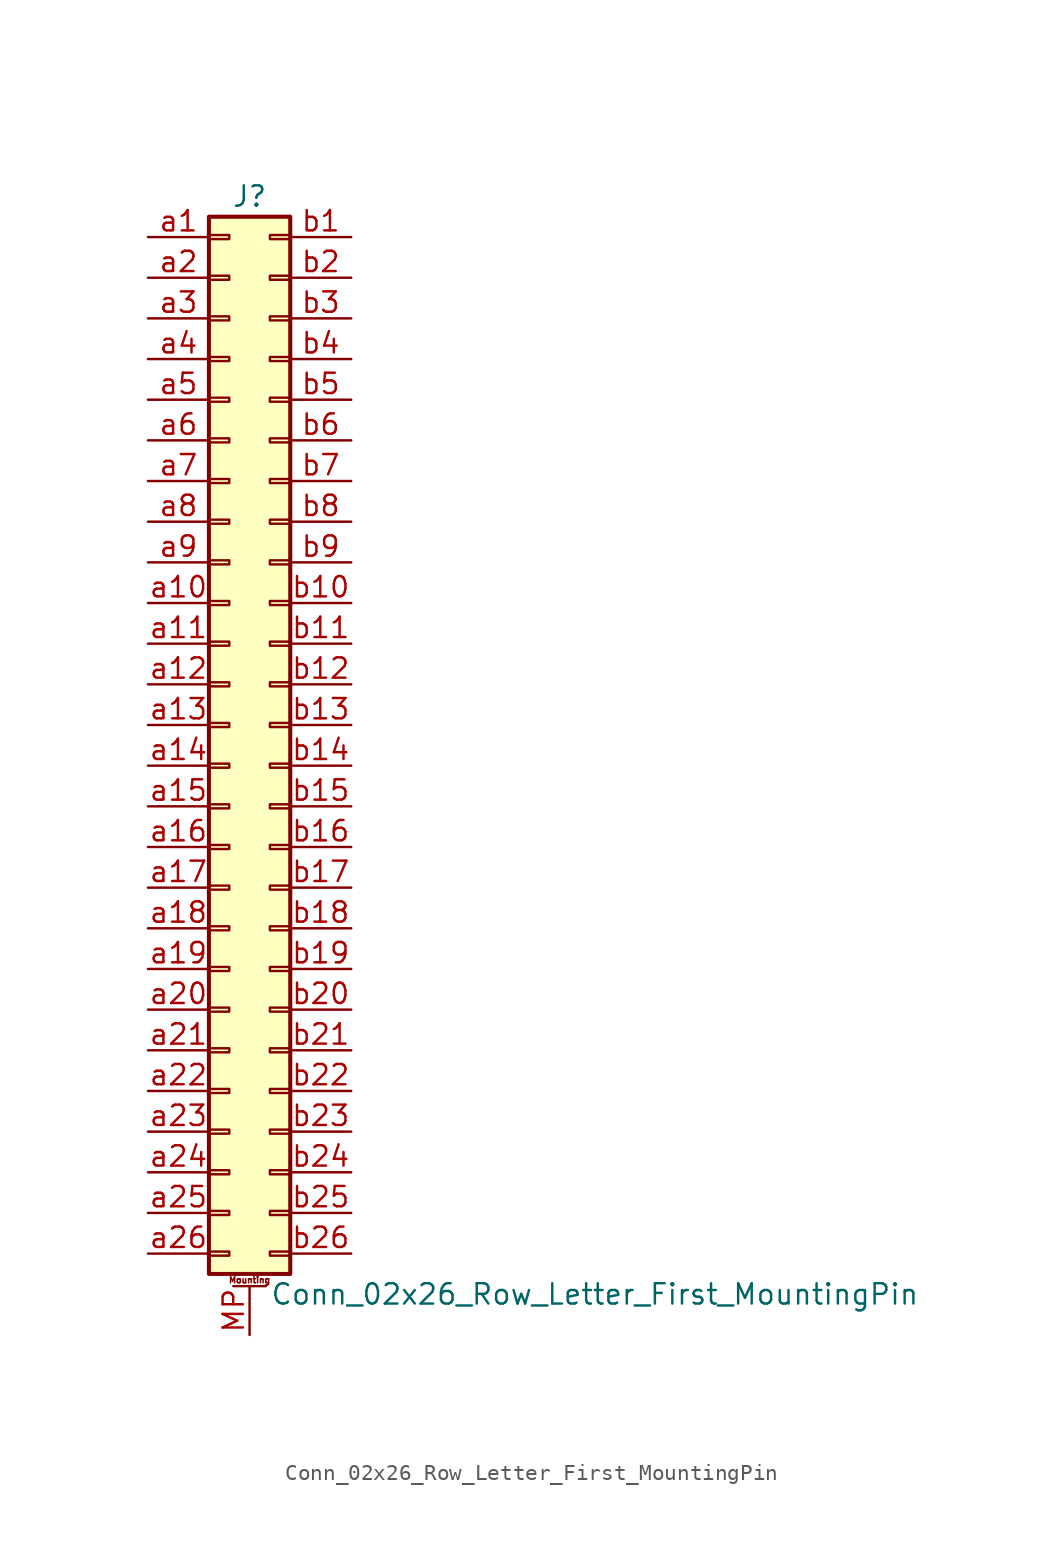
<source format=kicad_sym>
(kicad_symbol_lib
  (version 20201005)
  (generator kicad_symbol_editor)
  (symbol "Connector_Generic_MountingPin:Conn_02x26_Row_Letter_First_MountingPin"
    (pin_names
      (offset 1.016) hide)
    (property "Reference" "J"
      (at 1.27 33.02 0)
      (effects (font (size 1.27 1.27))))
    (property "Value" "Conn_02x26_Row_Letter_First_MountingPin"
      (at 2.54 -35.56 0)
      (effects (font (size 1.27 1.27)) (justify left)))
    (symbol "Conn_02x26_Row_Letter_First_MountingPin_1_1"
      (text "Mounting" (at 1.27 -34.671 0) (effects (font (size 0.381 0.381))))
      (rectangle (start -1.27 -27.813) (end 0 -28.067) (stroke (width 0.152)) (fill (type none)))
      (rectangle (start -1.27 -30.353) (end 0 -30.607) (stroke (width 0.152)) (fill (type none)))
      (rectangle (start -1.27 -32.893) (end 0 -33.147) (stroke (width 0.152)) (fill (type none)))
      (rectangle (start -1.27 -4.953) (end 0 -5.207) (stroke (width 0.152)) (fill (type none)))
      (rectangle (start -1.27 -7.493) (end 0 -7.747) (stroke (width 0.152)) (fill (type none)))
      (rectangle (start -1.27 -10.033) (end 0 -10.287) (stroke (width 0.152)) (fill (type none)))
      (rectangle (start -1.27 -12.573) (end 0 -12.827) (stroke (width 0.152)) (fill (type none)))
      (rectangle (start -1.27 -15.113) (end 0 -15.367) (stroke (width 0.152)) (fill (type none)))
      (rectangle (start -1.27 -17.653) (end 0 -17.907) (stroke (width 0.152)) (fill (type none)))
      (rectangle (start -1.27 -20.193) (end 0 -20.447) (stroke (width 0.152)) (fill (type none)))
      (rectangle (start -1.27 -22.733) (end 0 -22.987) (stroke (width 0.152)) (fill (type none)))
      (rectangle (start -1.27 -2.413) (end 0 -2.667) (stroke (width 0.152)) (fill (type none)))
      (rectangle (start -1.27 -25.273) (end 0 -25.527) (stroke (width 0.152)) (fill (type none)))
      (rectangle (start -1.27 25.527) (end 0 25.273) (stroke (width 0.152)) (fill (type none)))
      (rectangle (start -1.27 2.667) (end 0 2.413) (stroke (width 0.152)) (fill (type none)))
      (rectangle (start -1.27 28.067) (end 0 27.813) (stroke (width 0.152)) (fill (type none)))
      (rectangle (start -1.27 30.607) (end 0 30.353) (stroke (width 0.152)) (fill (type none)))
      (rectangle (start -1.27 31.75) (end 3.81 -34.29) (stroke (width 0.254)) (fill (type background)))
      (rectangle (start -1.27 5.207) (end 0 4.953) (stroke (width 0.152)) (fill (type none)))
      (rectangle (start -1.27 7.747) (end 0 7.493) (stroke (width 0.152)) (fill (type none)))
      (rectangle (start -1.27 10.287) (end 0 10.033) (stroke (width 0.152)) (fill (type none)))
      (rectangle (start -1.27 0.127) (end 0 -0.127) (stroke (width 0.152)) (fill (type none)))
      (rectangle (start -1.27 12.827) (end 0 12.573) (stroke (width 0.152)) (fill (type none)))
      (rectangle (start -1.27 15.367) (end 0 15.113) (stroke (width 0.152)) (fill (type none)))
      (rectangle (start -1.27 17.907) (end 0 17.653) (stroke (width 0.152)) (fill (type none)))
      (rectangle (start -1.27 20.447) (end 0 20.193) (stroke (width 0.152)) (fill (type none)))
      (rectangle (start -1.27 22.987) (end 0 22.733) (stroke (width 0.152)) (fill (type none)))
      (rectangle (start 3.81 -27.813) (end 2.54 -28.067) (stroke (width 0.152)) (fill (type none)))
      (rectangle (start 3.81 -30.353) (end 2.54 -30.607) (stroke (width 0.152)) (fill (type none)))
      (rectangle (start 3.81 -32.893) (end 2.54 -33.147) (stroke (width 0.152)) (fill (type none)))
      (rectangle (start 3.81 -4.953) (end 2.54 -5.207) (stroke (width 0.152)) (fill (type none)))
      (rectangle (start 3.81 -7.493) (end 2.54 -7.747) (stroke (width 0.152)) (fill (type none)))
      (rectangle (start 3.81 -10.033) (end 2.54 -10.287) (stroke (width 0.152)) (fill (type none)))
      (rectangle (start 3.81 -12.573) (end 2.54 -12.827) (stroke (width 0.152)) (fill (type none)))
      (rectangle (start 3.81 -15.113) (end 2.54 -15.367) (stroke (width 0.152)) (fill (type none)))
      (rectangle (start 3.81 -17.653) (end 2.54 -17.907) (stroke (width 0.152)) (fill (type none)))
      (rectangle (start 3.81 -20.193) (end 2.54 -20.447) (stroke (width 0.152)) (fill (type none)))
      (rectangle (start 3.81 -22.733) (end 2.54 -22.987) (stroke (width 0.152)) (fill (type none)))
      (rectangle (start 3.81 -2.413) (end 2.54 -2.667) (stroke (width 0.152)) (fill (type none)))
      (rectangle (start 3.81 -25.273) (end 2.54 -25.527) (stroke (width 0.152)) (fill (type none)))
      (rectangle (start 3.81 25.527) (end 2.54 25.273) (stroke (width 0.152)) (fill (type none)))
      (rectangle (start 3.81 2.667) (end 2.54 2.413) (stroke (width 0.152)) (fill (type none)))
      (rectangle (start 3.81 28.067) (end 2.54 27.813) (stroke (width 0.152)) (fill (type none)))
      (rectangle (start 3.81 30.607) (end 2.54 30.353) (stroke (width 0.152)) (fill (type none)))
      (rectangle (start 3.81 5.207) (end 2.54 4.953) (stroke (width 0.152)) (fill (type none)))
      (rectangle (start 3.81 7.747) (end 2.54 7.493) (stroke (width 0.152)) (fill (type none)))
      (rectangle (start 3.81 10.287) (end 2.54 10.033) (stroke (width 0.152)) (fill (type none)))
      (rectangle (start 3.81 0.127) (end 2.54 -0.127) (stroke (width 0.152)) (fill (type none)))
      (rectangle (start 3.81 12.827) (end 2.54 12.573) (stroke (width 0.152)) (fill (type none)))
      (rectangle (start 3.81 15.367) (end 2.54 15.113) (stroke (width 0.152)) (fill (type none)))
      (rectangle (start 3.81 17.907) (end 2.54 17.653) (stroke (width 0.152)) (fill (type none)))
      (rectangle (start 3.81 20.447) (end 2.54 20.193) (stroke (width 0.152)) (fill (type none)))
      (rectangle (start 3.81 22.987) (end 2.54 22.733) (stroke (width 0.152)) (fill (type none)))
      (polyline (pts (xy 0.254 -35.052) (xy 2.286 -35.052)) (stroke (width 0.152)) (fill (type none)))
      (pin passive line (at 1.27 -38.1 90) (length 3.048) (name "MountPin" (effects (font (size 1.27 1.27)))) (number "MP" (effects (font (size 1.27 1.27)))))
      (pin passive line (at -5.08 30.48 0) (length 3.81) (name "Pin_a1" (effects (font (size 1.27 1.27)))) (number "a1" (effects (font (size 1.27 1.27)))))
      (pin passive line (at -5.08 7.62 0) (length 3.81) (name "Pin_a10" (effects (font (size 1.27 1.27)))) (number "a10" (effects (font (size 1.27 1.27)))))
      (pin passive line (at -5.08 5.08 0) (length 3.81) (name "Pin_a11" (effects (font (size 1.27 1.27)))) (number "a11" (effects (font (size 1.27 1.27)))))
      (pin passive line (at -5.08 2.54 0) (length 3.81) (name "Pin_a12" (effects (font (size 1.27 1.27)))) (number "a12" (effects (font (size 1.27 1.27)))))
      (pin passive line (at -5.08 0 0) (length 3.81) (name "Pin_a13" (effects (font (size 1.27 1.27)))) (number "a13" (effects (font (size 1.27 1.27)))))
      (pin passive line (at -5.08 -2.54 0) (length 3.81) (name "Pin_a14" (effects (font (size 1.27 1.27)))) (number "a14" (effects (font (size 1.27 1.27)))))
      (pin passive line (at -5.08 -5.08 0) (length 3.81) (name "Pin_a15" (effects (font (size 1.27 1.27)))) (number "a15" (effects (font (size 1.27 1.27)))))
      (pin passive line (at -5.08 -7.62 0) (length 3.81) (name "Pin_a16" (effects (font (size 1.27 1.27)))) (number "a16" (effects (font (size 1.27 1.27)))))
      (pin passive line (at -5.08 -10.16 0) (length 3.81) (name "Pin_a17" (effects (font (size 1.27 1.27)))) (number "a17" (effects (font (size 1.27 1.27)))))
      (pin passive line (at -5.08 -12.7 0) (length 3.81) (name "Pin_a18" (effects (font (size 1.27 1.27)))) (number "a18" (effects (font (size 1.27 1.27)))))
      (pin passive line (at -5.08 -15.24 0) (length 3.81) (name "Pin_a19" (effects (font (size 1.27 1.27)))) (number "a19" (effects (font (size 1.27 1.27)))))
      (pin passive line (at -5.08 27.94 0) (length 3.81) (name "Pin_a2" (effects (font (size 1.27 1.27)))) (number "a2" (effects (font (size 1.27 1.27)))))
      (pin passive line (at -5.08 -17.78 0) (length 3.81) (name "Pin_a20" (effects (font (size 1.27 1.27)))) (number "a20" (effects (font (size 1.27 1.27)))))
      (pin passive line (at -5.08 -20.32 0) (length 3.81) (name "Pin_a21" (effects (font (size 1.27 1.27)))) (number "a21" (effects (font (size 1.27 1.27)))))
      (pin passive line (at -5.08 -22.86 0) (length 3.81) (name "Pin_a22" (effects (font (size 1.27 1.27)))) (number "a22" (effects (font (size 1.27 1.27)))))
      (pin passive line (at -5.08 -25.4 0) (length 3.81) (name "Pin_a23" (effects (font (size 1.27 1.27)))) (number "a23" (effects (font (size 1.27 1.27)))))
      (pin passive line (at -5.08 -27.94 0) (length 3.81) (name "Pin_a24" (effects (font (size 1.27 1.27)))) (number "a24" (effects (font (size 1.27 1.27)))))
      (pin passive line (at -5.08 -30.48 0) (length 3.81) (name "Pin_a25" (effects (font (size 1.27 1.27)))) (number "a25" (effects (font (size 1.27 1.27)))))
      (pin passive line (at -5.08 -33.02 0) (length 3.81) (name "Pin_a26" (effects (font (size 1.27 1.27)))) (number "a26" (effects (font (size 1.27 1.27)))))
      (pin passive line (at -5.08 25.4 0) (length 3.81) (name "Pin_a3" (effects (font (size 1.27 1.27)))) (number "a3" (effects (font (size 1.27 1.27)))))
      (pin passive line (at -5.08 22.86 0) (length 3.81) (name "Pin_a4" (effects (font (size 1.27 1.27)))) (number "a4" (effects (font (size 1.27 1.27)))))
      (pin passive line (at -5.08 20.32 0) (length 3.81) (name "Pin_a5" (effects (font (size 1.27 1.27)))) (number "a5" (effects (font (size 1.27 1.27)))))
      (pin passive line (at -5.08 17.78 0) (length 3.81) (name "Pin_a6" (effects (font (size 1.27 1.27)))) (number "a6" (effects (font (size 1.27 1.27)))))
      (pin passive line (at -5.08 15.24 0) (length 3.81) (name "Pin_a7" (effects (font (size 1.27 1.27)))) (number "a7" (effects (font (size 1.27 1.27)))))
      (pin passive line (at -5.08 12.7 0) (length 3.81) (name "Pin_a8" (effects (font (size 1.27 1.27)))) (number "a8" (effects (font (size 1.27 1.27)))))
      (pin passive line (at -5.08 10.16 0) (length 3.81) (name "Pin_a9" (effects (font (size 1.27 1.27)))) (number "a9" (effects (font (size 1.27 1.27)))))
      (pin passive line (at 7.62 30.48 180) (length 3.81) (name "Pin_b1" (effects (font (size 1.27 1.27)))) (number "b1" (effects (font (size 1.27 1.27)))))
      (pin passive line (at 7.62 7.62 180) (length 3.81) (name "Pin_b10" (effects (font (size 1.27 1.27)))) (number "b10" (effects (font (size 1.27 1.27)))))
      (pin passive line (at 7.62 5.08 180) (length 3.81) (name "Pin_b11" (effects (font (size 1.27 1.27)))) (number "b11" (effects (font (size 1.27 1.27)))))
      (pin passive line (at 7.62 2.54 180) (length 3.81) (name "Pin_b12" (effects (font (size 1.27 1.27)))) (number "b12" (effects (font (size 1.27 1.27)))))
      (pin passive line (at 7.62 0 180) (length 3.81) (name "Pin_b13" (effects (font (size 1.27 1.27)))) (number "b13" (effects (font (size 1.27 1.27)))))
      (pin passive line (at 7.62 -2.54 180) (length 3.81) (name "Pin_b14" (effects (font (size 1.27 1.27)))) (number "b14" (effects (font (size 1.27 1.27)))))
      (pin passive line (at 7.62 -5.08 180) (length 3.81) (name "Pin_b15" (effects (font (size 1.27 1.27)))) (number "b15" (effects (font (size 1.27 1.27)))))
      (pin passive line (at 7.62 -7.62 180) (length 3.81) (name "Pin_b16" (effects (font (size 1.27 1.27)))) (number "b16" (effects (font (size 1.27 1.27)))))
      (pin passive line (at 7.62 -10.16 180) (length 3.81) (name "Pin_b17" (effects (font (size 1.27 1.27)))) (number "b17" (effects (font (size 1.27 1.27)))))
      (pin passive line (at 7.62 -12.7 180) (length 3.81) (name "Pin_b18" (effects (font (size 1.27 1.27)))) (number "b18" (effects (font (size 1.27 1.27)))))
      (pin passive line (at 7.62 -15.24 180) (length 3.81) (name "Pin_b19" (effects (font (size 1.27 1.27)))) (number "b19" (effects (font (size 1.27 1.27)))))
      (pin passive line (at 7.62 27.94 180) (length 3.81) (name "Pin_b2" (effects (font (size 1.27 1.27)))) (number "b2" (effects (font (size 1.27 1.27)))))
      (pin passive line (at 7.62 -17.78 180) (length 3.81) (name "Pin_b20" (effects (font (size 1.27 1.27)))) (number "b20" (effects (font (size 1.27 1.27)))))
      (pin passive line (at 7.62 -20.32 180) (length 3.81) (name "Pin_b21" (effects (font (size 1.27 1.27)))) (number "b21" (effects (font (size 1.27 1.27)))))
      (pin passive line (at 7.62 -22.86 180) (length 3.81) (name "Pin_b22" (effects (font (size 1.27 1.27)))) (number "b22" (effects (font (size 1.27 1.27)))))
      (pin passive line (at 7.62 -25.4 180) (length 3.81) (name "Pin_b23" (effects (font (size 1.27 1.27)))) (number "b23" (effects (font (size 1.27 1.27)))))
      (pin passive line (at 7.62 -27.94 180) (length 3.81) (name "Pin_b24" (effects (font (size 1.27 1.27)))) (number "b24" (effects (font (size 1.27 1.27)))))
      (pin passive line (at 7.62 -30.48 180) (length 3.81) (name "Pin_b25" (effects (font (size 1.27 1.27)))) (number "b25" (effects (font (size 1.27 1.27)))))
      (pin passive line (at 7.62 -33.02 180) (length 3.81) (name "Pin_b26" (effects (font (size 1.27 1.27)))) (number "b26" (effects (font (size 1.27 1.27)))))
      (pin passive line (at 7.62 25.4 180) (length 3.81) (name "Pin_b3" (effects (font (size 1.27 1.27)))) (number "b3" (effects (font (size 1.27 1.27)))))
      (pin passive line (at 7.62 22.86 180) (length 3.81) (name "Pin_b4" (effects (font (size 1.27 1.27)))) (number "b4" (effects (font (size 1.27 1.27)))))
      (pin passive line (at 7.62 20.32 180) (length 3.81) (name "Pin_b5" (effects (font (size 1.27 1.27)))) (number "b5" (effects (font (size 1.27 1.27)))))
      (pin passive line (at 7.62 17.78 180) (length 3.81) (name "Pin_b6" (effects (font (size 1.27 1.27)))) (number "b6" (effects (font (size 1.27 1.27)))))
      (pin passive line (at 7.62 15.24 180) (length 3.81) (name "Pin_b7" (effects (font (size 1.27 1.27)))) (number "b7" (effects (font (size 1.27 1.27)))))
      (pin passive line (at 7.62 12.7 180) (length 3.81) (name "Pin_b8" (effects (font (size 1.27 1.27)))) (number "b8" (effects (font (size 1.27 1.27)))))
      (pin passive line (at 7.62 10.16 180) (length 3.81) (name "Pin_b9" (effects (font (size 1.27 1.27)))) (number "b9" (effects (font (size 1.27 1.27))))))))
</source>
